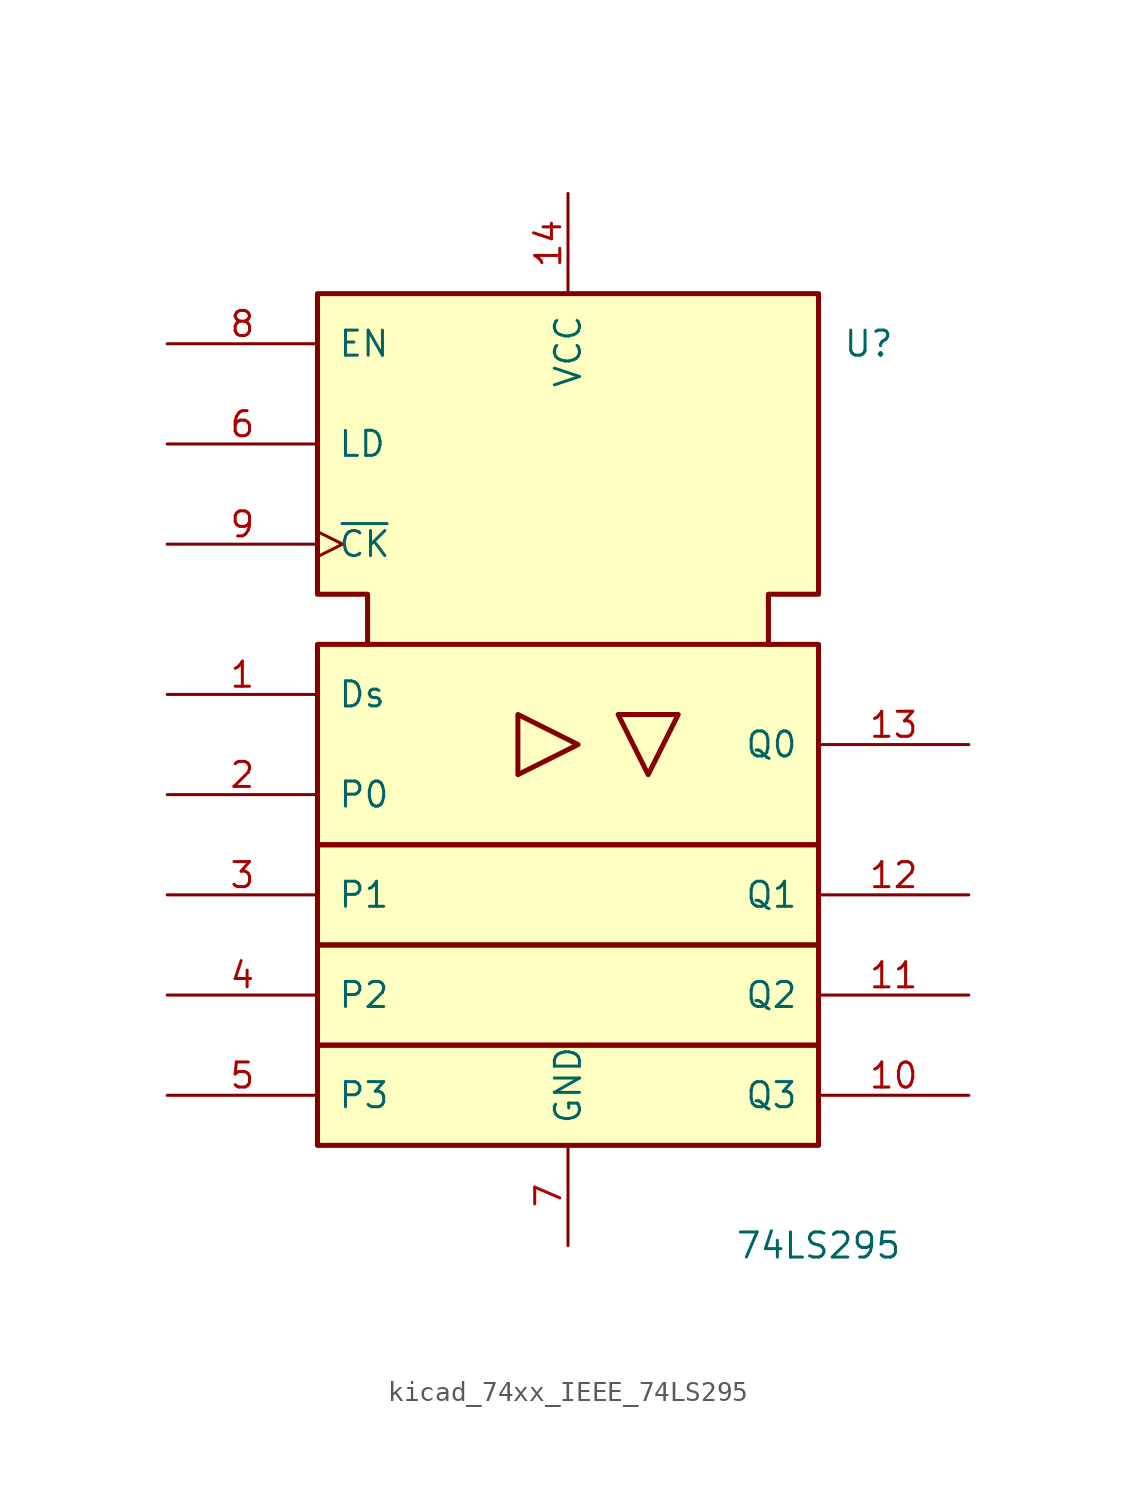
<source format=kicad_sym>
(kicad_symbol_lib
  (version 20220914)
  (generator kicad_symbol_editor)
  (symbol "kicad_74xx_IEEE_74LS295"
    (pin_names
      (offset 1.016))
    (property "Reference" "U"
      (at 15.24 17.78 0)
      (effects (font (size 1.27 1.27))))
    (property "Value" "74LS295"
      (at 12.7 -27.94 0)
      (effects (font (size 1.27 1.27))))
    (symbol "kicad_74xx_IEEE_74LS295_0_0"
      (pin power_in line (at 0 25.4 270) (length 5.08) (name "VCC" (effects (font (size 1.27 1.27)))) (number "14" (effects (font (size 1.27 1.27)))))
      (pin power_in line (at 0 -27.94 90) (length 5.08) (name "GND" (effects (font (size 1.27 1.27)))) (number "7" (effects (font (size 1.27 1.27))))))
    (symbol "kicad_74xx_IEEE_74LS295_0_1"
      (rectangle (start -12.7 -17.78) (end 12.7 -22.86) (stroke (width 0.254) (type default)) (fill (type background)))
      (rectangle (start -12.7 -12.7) (end 12.7 -17.78) (stroke (width 0.254) (type default)) (fill (type background)))
      (rectangle (start -12.7 -7.62) (end 12.7 -12.7) (stroke (width 0.254) (type default)) (fill (type background)))
      (rectangle (start -12.7 2.54) (end 12.7 -7.62) (stroke (width 0.254) (type default)) (fill (type background)))
      (polyline (pts (xy -2.54 -1.016) (xy -2.54 -4.064) (xy 0.508 -2.54) (xy -2.54 -1.016) (xy -2.54 -1.016)) (stroke (width 0.254) (type default)) (fill (type background)))
      (polyline (pts (xy 5.588 -1.016) (xy 2.54 -1.016) (xy 4.064 -4.064) (xy 5.588 -1.016) (xy 5.588 -1.016)) (stroke (width 0.254) (type default)) (fill (type background)))
      (polyline (pts (xy -10.16 2.54) (xy -10.16 5.08) (xy -12.7 5.08) (xy -12.7 20.32) (xy 12.7 20.32) (xy 12.7 5.08) (xy 10.16 5.08) (xy 10.16 2.54) (xy 10.16 2.54)) (stroke (width 0.254) (type default)) (fill (type background))))
    (symbol "kicad_74xx_IEEE_74LS295_1_1"
      (pin input line (at -20.32 0 0) (length 7.62) (name "Ds" (effects (font (size 1.27 1.27)))) (number "1" (effects (font (size 1.27 1.27)))))
      (pin output line (at 20.32 -20.32 180) (length 7.62) (name "Q3" (effects (font (size 1.27 1.27)))) (number "10" (effects (font (size 1.27 1.27)))))
      (pin output line (at 20.32 -15.24 180) (length 7.62) (name "Q2" (effects (font (size 1.27 1.27)))) (number "11" (effects (font (size 1.27 1.27)))))
      (pin output line (at 20.32 -10.16 180) (length 7.62) (name "Q1" (effects (font (size 1.27 1.27)))) (number "12" (effects (font (size 1.27 1.27)))))
      (pin output line (at 20.32 -2.54 180) (length 7.62) (name "Q0" (effects (font (size 1.27 1.27)))) (number "13" (effects (font (size 1.27 1.27)))))
      (pin input line (at -20.32 -5.08 0) (length 7.62) (name "P0" (effects (font (size 1.27 1.27)))) (number "2" (effects (font (size 1.27 1.27)))))
      (pin input line (at -20.32 -10.16 0) (length 7.62) (name "P1" (effects (font (size 1.27 1.27)))) (number "3" (effects (font (size 1.27 1.27)))))
      (pin input line (at -20.32 -15.24 0) (length 7.62) (name "P2" (effects (font (size 1.27 1.27)))) (number "4" (effects (font (size 1.27 1.27)))))
      (pin input line (at -20.32 -20.32 0) (length 7.62) (name "P3" (effects (font (size 1.27 1.27)))) (number "5" (effects (font (size 1.27 1.27)))))
      (pin input line (at -20.32 12.7 0) (length 7.62) (name "LD" (effects (font (size 1.27 1.27)))) (number "6" (effects (font (size 1.27 1.27)))))
      (pin input line (at -20.32 17.78 0) (length 7.62) (name "EN" (effects (font (size 1.27 1.27)))) (number "8" (effects (font (size 1.27 1.27)))))
      (pin input clock (at -20.32 7.62 0) (length 7.62) (name "~{CK}" (effects (font (size 1.27 1.27)))) (number "9" (effects (font (size 1.27 1.27))))))))
</source>
